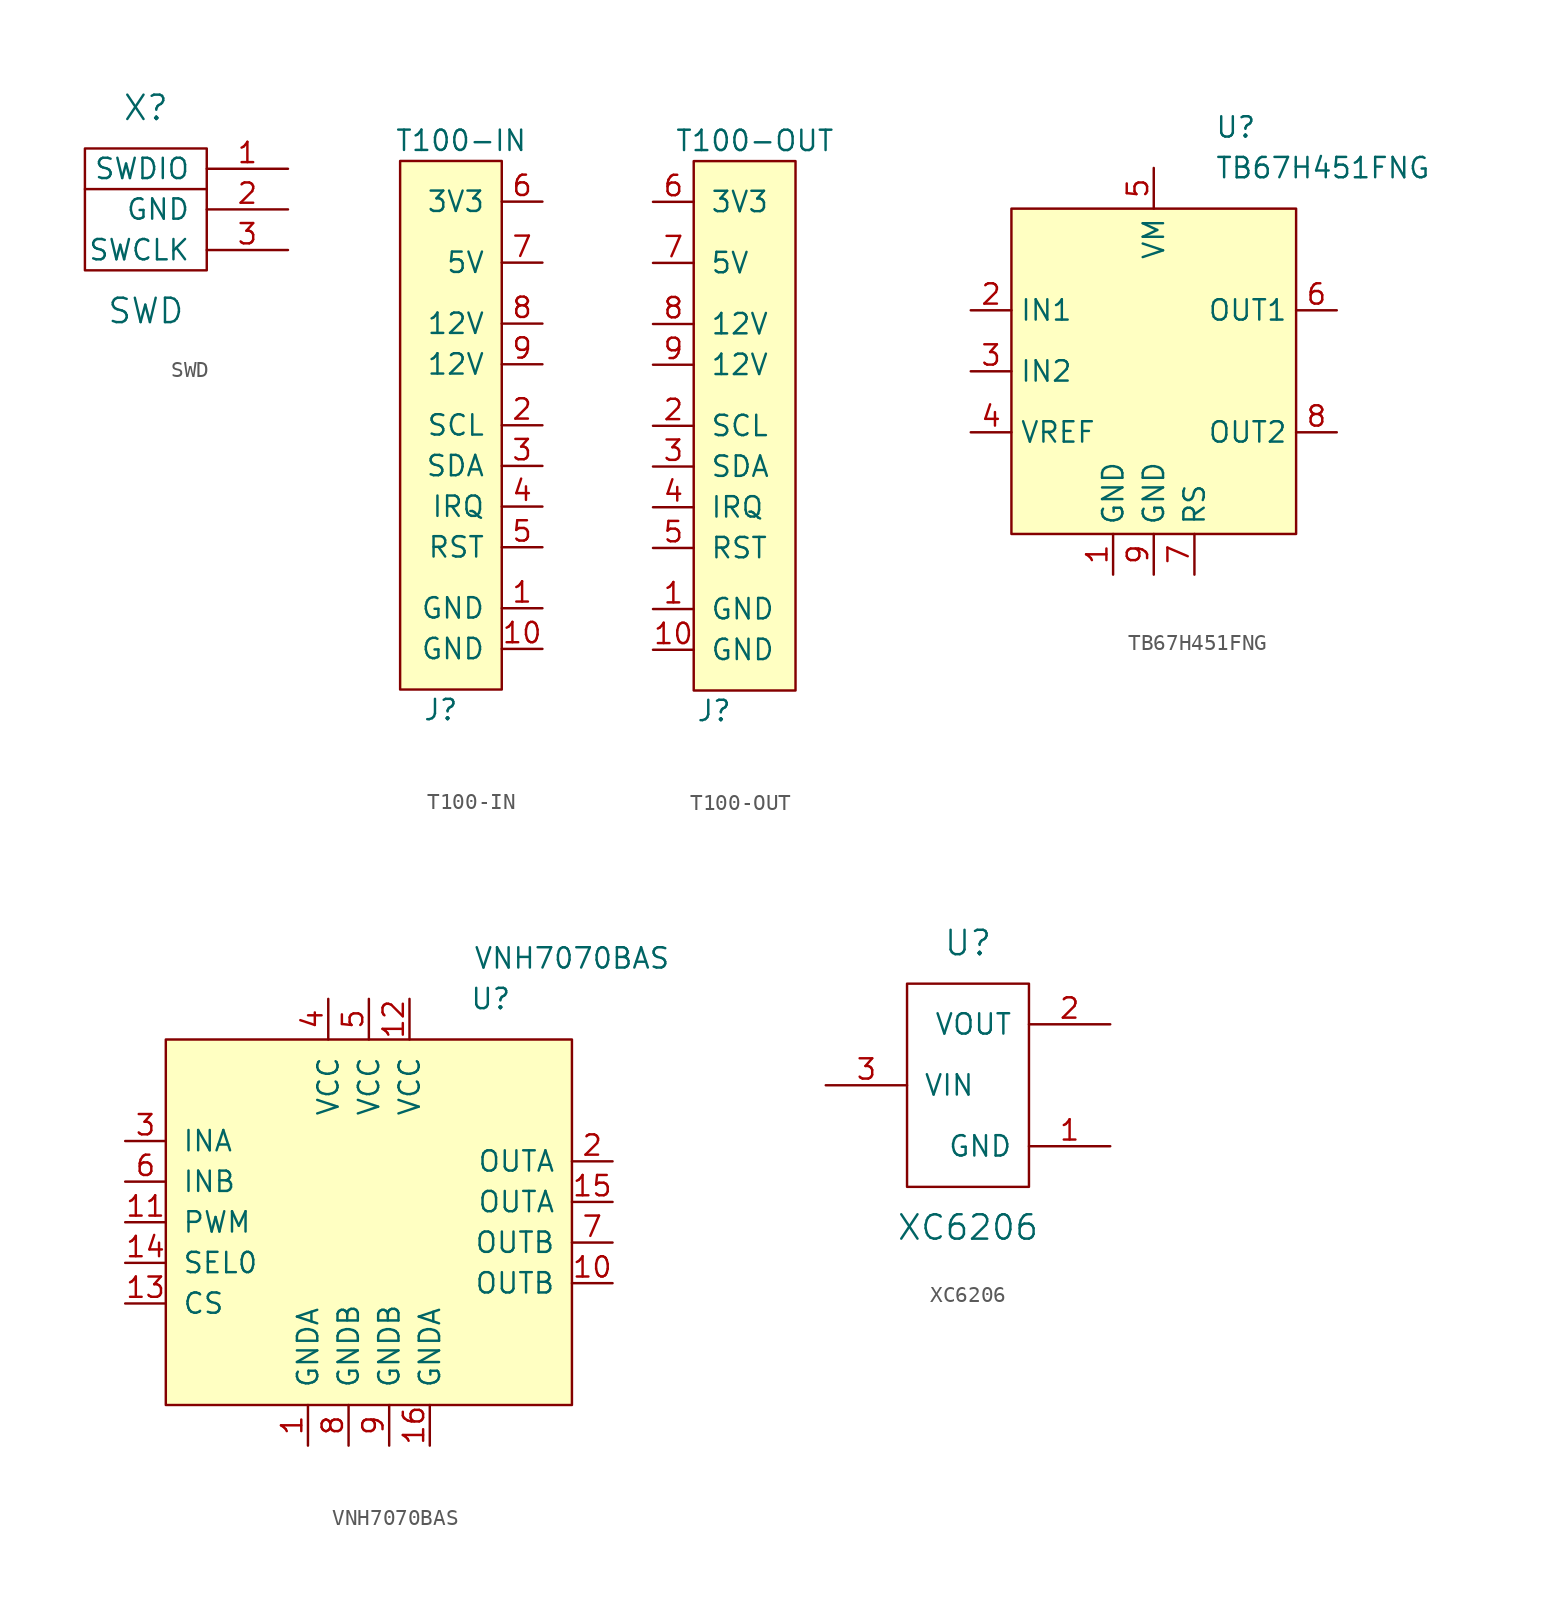
<source format=kicad_sym>
(kicad_symbol_lib
  (version 20211014)
  (generator kicad_symbol_editor)
  (symbol "Drake:SWD"
    (pin_names
      (offset 1.016))
    (property "Reference" "X"
      (at 0 6.35 0)
      (effects (font (size 1.524 1.524))))
    (property "Value" "SWD"
      (at 0 -6.35 0)
      (effects (font (size 1.524 1.524))))
    (property "Datasheet" ""
      (at 0 0 0)
      (effects (font (size 1.524 1.524))))
    (symbol "SWD_0_1"
      (polyline (pts (xy 3.81 1.27) (xy -3.81 1.27)) (stroke (width 0) (type default) (color 0 0 0 0)) (fill (type none)))
      (rectangle (start 3.81 3.81) (end -3.81 -3.81) (stroke (width 0) (type default) (color 0 0 0 0)) (fill (type none))))
    (symbol "SWD_1_1"
      (pin bidirectional line (at 8.89 2.54 180) (length 5.08) (name "SWDIO" (effects (font (size 1.27 1.27)))) (number "1" (effects (font (size 1.27 1.27)))))
      (pin power_in line (at 8.89 0 180) (length 5.08) (name "GND" (effects (font (size 1.27 1.27)))) (number "2" (effects (font (size 1.27 1.27)))))
      (pin bidirectional line (at 8.89 -2.54 180) (length 5.08) (name "SWCLK" (effects (font (size 1.27 1.27)))) (number "3" (effects (font (size 1.27 1.27)))))))
  (symbol "Drake:T100-IN"
    (pin_names
      (offset 1.016))
    (property "Reference" "J"
      (at -3.81 -17.78 0)
      (effects (font (size 1.27 1.27))))
    (property "Value" "T100-IN"
      (at -2.54 17.78 0)
      (effects (font (size 1.27 1.27))))
    (symbol "T100-IN_0_0"
      (pin power_out line (at 2.54 -11.43 180) (length 2.54) (name "GND" (effects (font (size 1.27 1.27)))) (number "1" (effects (font (size 1.27 1.27)))))
      (pin power_in line (at 2.54 -13.97 180) (length 2.54) (name "GND" (effects (font (size 1.27 1.27)))) (number "10" (effects (font (size 1.27 1.27)))))
      (pin output line (at 2.54 0 180) (length 2.54) (name "SCL" (effects (font (size 1.27 1.27)))) (number "2" (effects (font (size 1.27 1.27)))))
      (pin bidirectional line (at 2.54 -2.54 180) (length 2.54) (name "SDA" (effects (font (size 1.27 1.27)))) (number "3" (effects (font (size 1.27 1.27)))))
      (pin bidirectional line (at 2.54 -5.08 180) (length 2.54) (name "IRQ" (effects (font (size 1.27 1.27)))) (number "4" (effects (font (size 1.27 1.27)))))
      (pin bidirectional line (at 2.54 -7.62 180) (length 2.54) (name "RST" (effects (font (size 1.27 1.27)))) (number "5" (effects (font (size 1.27 1.27)))))
      (pin power_out line (at 2.54 13.97 180) (length 2.54) (name "3V3" (effects (font (size 1.27 1.27)))) (number "6" (effects (font (size 1.27 1.27)))))
      (pin power_out line (at 2.54 10.16 180) (length 2.54) (name "5V" (effects (font (size 1.27 1.27)))) (number "7" (effects (font (size 1.27 1.27)))))
      (pin power_out line (at 2.54 6.35 180) (length 2.54) (name "12V" (effects (font (size 1.27 1.27)))) (number "8" (effects (font (size 1.27 1.27)))))
      (pin power_in line (at 2.54 3.81 180) (length 2.54) (name "12V" (effects (font (size 1.27 1.27)))) (number "9" (effects (font (size 1.27 1.27))))))
    (symbol "T100-IN_0_1"
      (rectangle (start 0 16.51) (end -6.35 -16.51) (stroke (width 0) (type default) (color 0 0 0 0)) (fill (type background)))))
  (symbol "Drake:T100-OUT"
    (pin_names
      (offset 1.016))
    (property "Reference" "J"
      (at 1.27 -17.78 0)
      (effects (font (size 1.27 1.27))))
    (property "Value" "T100-OUT"
      (at 3.81 17.78 0)
      (effects (font (size 1.27 1.27))))
    (symbol "T100-OUT_0_0"
      (pin power_in line (at -2.54 -11.43 0) (length 2.54) (name "GND" (effects (font (size 1.27 1.27)))) (number "1" (effects (font (size 1.27 1.27)))))
      (pin power_in line (at -2.54 -13.97 0) (length 2.54) (name "GND" (effects (font (size 1.27 1.27)))) (number "10" (effects (font (size 1.27 1.27)))))
      (pin input line (at -2.54 0 0) (length 2.54) (name "SCL" (effects (font (size 1.27 1.27)))) (number "2" (effects (font (size 1.27 1.27)))))
      (pin bidirectional line (at -2.54 -2.54 0) (length 2.54) (name "SDA" (effects (font (size 1.27 1.27)))) (number "3" (effects (font (size 1.27 1.27)))))
      (pin bidirectional line (at -2.54 -5.08 0) (length 2.54) (name "IRQ" (effects (font (size 1.27 1.27)))) (number "4" (effects (font (size 1.27 1.27)))))
      (pin bidirectional line (at -2.54 -7.62 0) (length 2.54) (name "RST" (effects (font (size 1.27 1.27)))) (number "5" (effects (font (size 1.27 1.27)))))
      (pin power_in line (at -2.54 13.97 0) (length 2.54) (name "3V3" (effects (font (size 1.27 1.27)))) (number "6" (effects (font (size 1.27 1.27)))))
      (pin power_in line (at -2.54 10.16 0) (length 2.54) (name "5V" (effects (font (size 1.27 1.27)))) (number "7" (effects (font (size 1.27 1.27)))))
      (pin power_in line (at -2.54 6.35 0) (length 2.54) (name "12V" (effects (font (size 1.27 1.27)))) (number "8" (effects (font (size 1.27 1.27)))))
      (pin power_in line (at -2.54 3.81 0) (length 2.54) (name "12V" (effects (font (size 1.27 1.27)))) (number "9" (effects (font (size 1.27 1.27))))))
    (symbol "T100-OUT_0_1"
      (rectangle (start 6.35 16.51) (end 0 -16.51) (stroke (width 0) (type default) (color 0 0 0 0)) (fill (type background)))))
  (symbol "Drake:TB67H451FNG"
    (property "Reference" "U"
      (at 3.81 15.24 0)
      (effects (font (size 1.27 1.27)) (justify left)))
    (property "Value" "TB67H451FNG"
      (at 3.81 12.7 0)
      (effects (font (size 1.27 1.27)) (justify left)))
    (symbol "TB67H451FNG_0_0"
      (pin power_in line (at -2.54 -12.7 90) (length 2.54) (name "GND" (effects (font (size 1.27 1.27)))) (number "1" (effects (font (size 1.27 1.27)))))
      (pin input line (at -11.43 3.81 0) (length 2.54) (name "IN1" (effects (font (size 1.27 1.27)))) (number "2" (effects (font (size 1.27 1.27)))))
      (pin input line (at -11.43 0 0) (length 2.54) (name "IN2" (effects (font (size 1.27 1.27)))) (number "3" (effects (font (size 1.27 1.27)))))
      (pin input line (at -11.43 -3.81 0) (length 2.54) (name "VREF" (effects (font (size 1.27 1.27)))) (number "4" (effects (font (size 1.27 1.27)))))
      (pin power_in line (at 0 12.7 270) (length 2.54) (name "VM" (effects (font (size 1.27 1.27)))) (number "5" (effects (font (size 1.27 1.27)))))
      (pin output line (at 11.43 3.81 180) (length 2.54) (name "OUT1" (effects (font (size 1.27 1.27)))) (number "6" (effects (font (size 1.27 1.27)))))
      (pin power_in line (at 2.54 -12.7 90) (length 2.54) (name "RS" (effects (font (size 1.27 1.27)))) (number "7" (effects (font (size 1.27 1.27)))))
      (pin output line (at 11.43 -3.81 180) (length 2.54) (name "OUT2" (effects (font (size 1.27 1.27)))) (number "8" (effects (font (size 1.27 1.27)))))
      (pin power_in line (at 0 -12.7 90) (length 2.54) (name "GND" (effects (font (size 1.27 1.27)))) (number "9" (effects (font (size 1.27 1.27))))))
    (symbol "TB67H451FNG_0_1"
      (rectangle (start -8.89 10.16) (end 8.89 -10.16) (stroke (width 0.152) (type default) (color 0 0 0 0)) (fill (type background)))))
  (symbol "Drake:VNH7070BAS"
    (pin_names
      (offset 1.016))
    (property "Reference" "U"
      (at 7.62 13.97 0)
      (effects (font (size 1.27 1.27))))
    (property "Value" "VNH7070BAS"
      (at 12.7 16.51 0)
      (effects (font (size 1.27 1.27))))
    (symbol "VNH7070BAS_0_0"
      (pin power_in line (at -3.81 -13.97 90) (length 2.54) (name "GNDA" (effects (font (size 1.27 1.27)))) (number "1" (effects (font (size 1.27 1.27)))))
      (pin input line (at 15.24 -3.81 180) (length 2.54) (name "OUTB" (effects (font (size 1.27 1.27)))) (number "10" (effects (font (size 1.27 1.27)))))
      (pin input line (at -15.24 0 0) (length 2.54) (name "PWM" (effects (font (size 1.27 1.27)))) (number "11" (effects (font (size 1.27 1.27)))))
      (pin power_in line (at 2.54 13.97 270) (length 2.54) (name "VCC" (effects (font (size 1.27 1.27)))) (number "12" (effects (font (size 1.27 1.27)))))
      (pin output line (at -15.24 -5.08 0) (length 2.54) (name "CS" (effects (font (size 1.27 1.27)))) (number "13" (effects (font (size 1.27 1.27)))))
      (pin input line (at -15.24 -2.54 0) (length 2.54) (name "SEL0" (effects (font (size 1.27 1.27)))) (number "14" (effects (font (size 1.27 1.27)))))
      (pin input line (at 15.24 1.27 180) (length 2.54) (name "OUTA" (effects (font (size 1.27 1.27)))) (number "15" (effects (font (size 1.27 1.27)))))
      (pin power_in line (at 3.81 -13.97 90) (length 2.54) (name "GNDA" (effects (font (size 1.27 1.27)))) (number "16" (effects (font (size 1.27 1.27)))))
      (pin output line (at 15.24 3.81 180) (length 2.54) (name "OUTA" (effects (font (size 1.27 1.27)))) (number "2" (effects (font (size 1.27 1.27)))))
      (pin input line (at -15.24 5.08 0) (length 2.54) (name "INA" (effects (font (size 1.27 1.27)))) (number "3" (effects (font (size 1.27 1.27)))))
      (pin power_in line (at -2.54 13.97 270) (length 2.54) (name "VCC" (effects (font (size 1.27 1.27)))) (number "4" (effects (font (size 1.27 1.27)))))
      (pin power_in line (at 0 13.97 270) (length 2.54) (name "VCC" (effects (font (size 1.27 1.27)))) (number "5" (effects (font (size 1.27 1.27)))))
      (pin input line (at -15.24 2.54 0) (length 2.54) (name "INB" (effects (font (size 1.27 1.27)))) (number "6" (effects (font (size 1.27 1.27)))))
      (pin output line (at 15.24 -1.27 180) (length 2.54) (name "OUTB" (effects (font (size 1.27 1.27)))) (number "7" (effects (font (size 1.27 1.27)))))
      (pin power_in line (at -1.27 -13.97 90) (length 2.54) (name "GNDB" (effects (font (size 1.27 1.27)))) (number "8" (effects (font (size 1.27 1.27)))))
      (pin power_in line (at 1.27 -13.97 90) (length 2.54) (name "GNDB" (effects (font (size 1.27 1.27)))) (number "9" (effects (font (size 1.27 1.27))))))
    (symbol "VNH7070BAS_0_1"
      (rectangle (start -12.7 11.43) (end 12.7 -11.43) (stroke (width 0) (type default) (color 0 0 0 0)) (fill (type background)))))
  (symbol "Drake:XC6206"
    (pin_names
      (offset 1.016))
    (property "Reference" "U"
      (at 0 8.89 0)
      (effects (font (size 1.524 1.524))))
    (property "Value" "XC6206"
      (at 0 -8.89 0)
      (effects (font (size 1.524 1.524))))
    (property "Footprint" ""
      (at 0 0 0)
      (effects (font (size 1.524 1.524))))
    (property "Datasheet" ""
      (at 0 0 0)
      (effects (font (size 1.524 1.524))))
    (symbol "XC6206_0_1"
      (rectangle (start 3.81 6.35) (end -3.81 -6.35) (stroke (width 0) (type default) (color 0 0 0 0)) (fill (type none))))
    (symbol "XC6206_1_1"
      (pin power_in line (at 8.89 -3.81 180) (length 5.08) (name "GND" (effects (font (size 1.27 1.27)))) (number "1" (effects (font (size 1.27 1.27)))))
      (pin power_out line (at 8.89 3.81 180) (length 5.08) (name "VOUT" (effects (font (size 1.27 1.27)))) (number "2" (effects (font (size 1.27 1.27)))))
      (pin power_in line (at -8.89 0 0) (length 5.08) (name "VIN" (effects (font (size 1.27 1.27)))) (number "3" (effects (font (size 1.27 1.27))))))))
</source>
